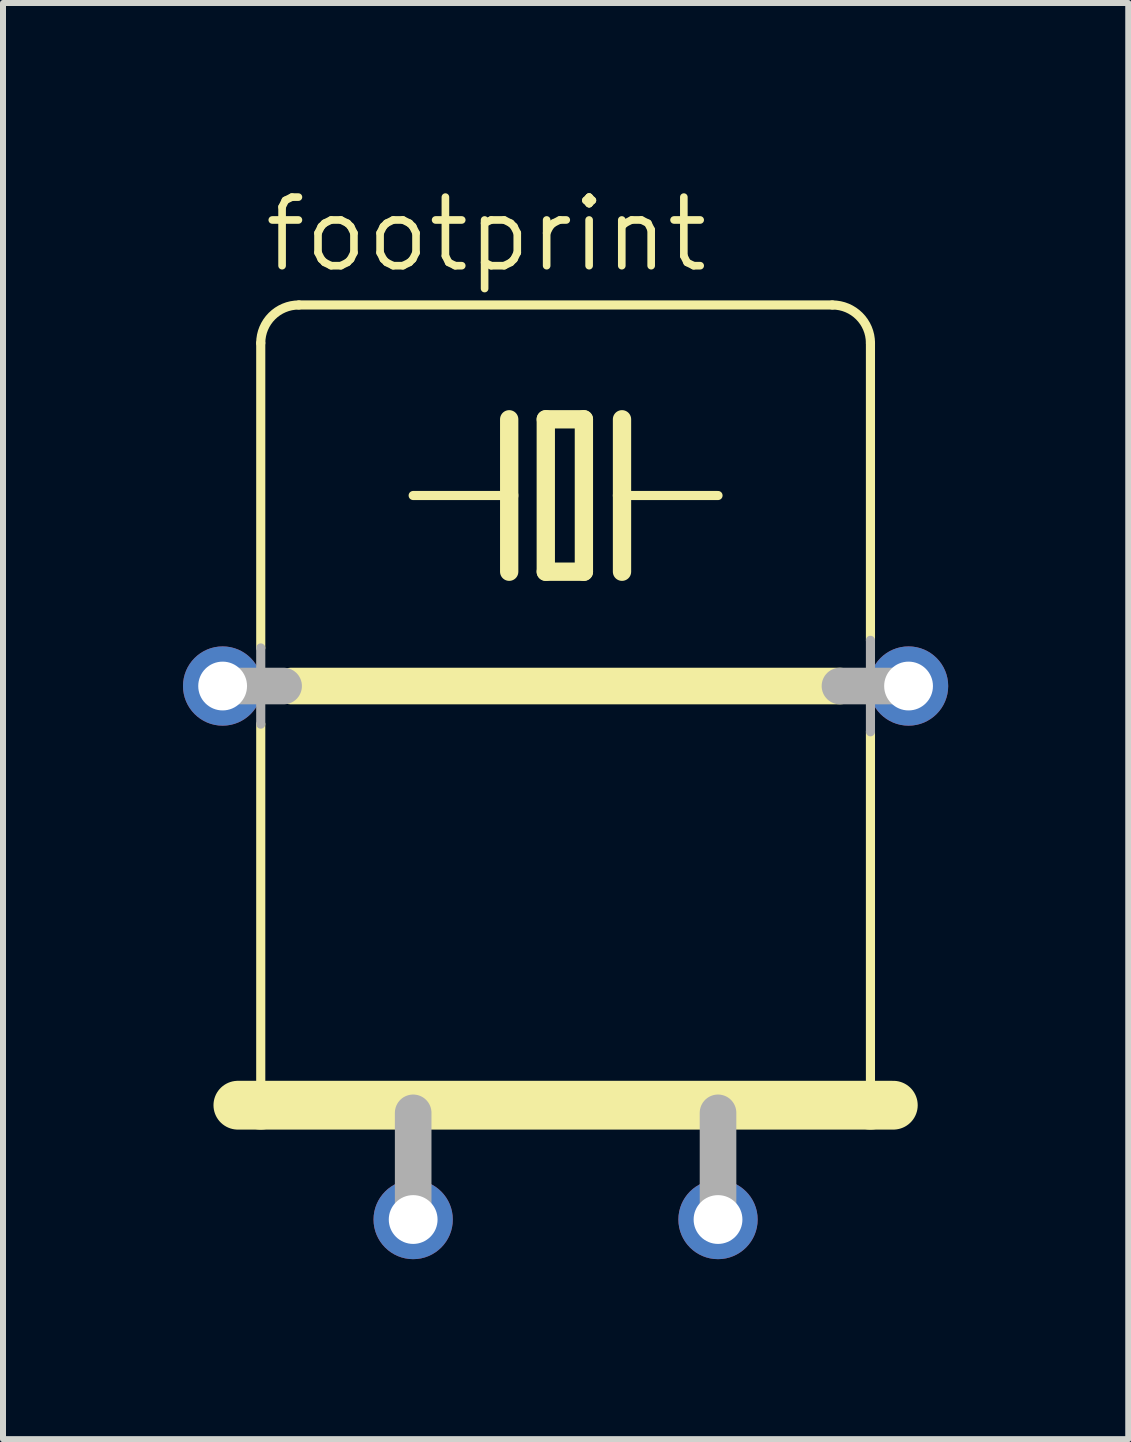
<source format=kicad_pcb>
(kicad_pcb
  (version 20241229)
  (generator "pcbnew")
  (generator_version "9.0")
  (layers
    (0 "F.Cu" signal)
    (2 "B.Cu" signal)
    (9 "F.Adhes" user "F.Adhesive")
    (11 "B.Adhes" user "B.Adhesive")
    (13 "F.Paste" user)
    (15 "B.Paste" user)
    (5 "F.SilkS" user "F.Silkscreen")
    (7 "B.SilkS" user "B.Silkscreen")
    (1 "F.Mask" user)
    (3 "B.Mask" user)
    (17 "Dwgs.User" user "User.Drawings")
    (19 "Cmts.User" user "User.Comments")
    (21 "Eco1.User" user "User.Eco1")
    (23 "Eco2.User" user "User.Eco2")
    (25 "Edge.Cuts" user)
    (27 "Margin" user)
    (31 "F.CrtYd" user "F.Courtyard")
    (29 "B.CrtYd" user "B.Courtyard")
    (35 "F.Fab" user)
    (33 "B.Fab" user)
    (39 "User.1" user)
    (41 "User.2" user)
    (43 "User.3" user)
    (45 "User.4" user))
  (footprint "footprint"
    (layer "F.Cu")
    (at 6.375 12.192)
    (property "Reference" "footprint" (at -5.08 -10.668 0) (layer "F.SilkS") (effects (font (size 1.143 1.143) (thickness 0.127)) (justify left bottom)))
    (fp_line (start -5.08 -4.445) (end -5.08 -9.525) (stroke (width 0.152) (type solid)) (layer "F.SilkS"))
    (fp_line (start -5.08 -3.175) (end -5.08 3.175) (stroke (width 0.152) (type solid)) (layer "F.SilkS"))
    (fp_line (start -5.08 3.175) (end -5.461 3.175) (stroke (width 0.813) (type solid)) (layer "F.SilkS"))
    (fp_line (start -4.572 -3.81) (end 4.572 -3.81) (stroke (width 0.61) (type solid)) (layer "F.SilkS"))
    (fp_line (start -0.94 -8.255) (end -0.94 -6.985) (stroke (width 0.305) (type solid)) (layer "F.SilkS"))
    (fp_line (start -0.94 -6.985) (end -2.54 -6.985) (stroke (width 0.152) (type solid)) (layer "F.SilkS"))
    (fp_line (start -0.94 -6.985) (end -0.94 -5.715) (stroke (width 0.305) (type solid)) (layer "F.SilkS"))
    (fp_line (start -0.33 -8.255) (end -0.33 -5.715) (stroke (width 0.305) (type solid)) (layer "F.SilkS"))
    (fp_line (start -0.33 -5.715) (end 0.305 -5.715) (stroke (width 0.305) (type solid)) (layer "F.SilkS"))
    (fp_line (start 0.305 -8.255) (end -0.33 -8.255) (stroke (width 0.305) (type solid)) (layer "F.SilkS"))
    (fp_line (start 0.305 -5.715) (end 0.305 -8.255) (stroke (width 0.305) (type solid)) (layer "F.SilkS"))
    (fp_line (start 0.94 -8.255) (end 0.94 -6.985) (stroke (width 0.305) (type solid)) (layer "F.SilkS"))
    (fp_line (start 0.94 -6.985) (end 0.94 -5.715) (stroke (width 0.305) (type solid)) (layer "F.SilkS"))
    (fp_line (start 0.94 -6.985) (end 2.54 -6.985) (stroke (width 0.152) (type solid)) (layer "F.SilkS"))
    (fp_line (start 4.445 -10.16) (end -4.445 -10.16) (stroke (width 0.152) (type solid)) (layer "F.SilkS"))
    (fp_line (start 5.08 -4.572) (end 5.08 -9.525) (stroke (width 0.152) (type solid)) (layer "F.SilkS"))
    (fp_line (start 5.08 -3.048) (end 5.08 3.175) (stroke (width 0.152) (type solid)) (layer "F.SilkS"))
    (fp_line (start 5.08 3.175) (end -5.08 3.175) (stroke (width 0.813) (type solid)) (layer "F.SilkS"))
    (fp_line (start 5.461 3.175) (end 5.08 3.175) (stroke (width 0.813) (type solid)) (layer "F.SilkS"))
    (fp_arc (start -5.08 -9.525) (mid -4.894013 -9.974013) (end -4.445 -10.16) (stroke (width 0.1524) (type solid)) (layer "F.SilkS"))
    (fp_arc (start 4.445 -10.16) (mid 4.894013 -9.974013) (end 5.08 -9.525) (stroke (width 0.1524) (type solid)) (layer "F.SilkS"))
    (fp_line (start -5.08 -4.445) (end -5.08 -3.175) (stroke (width 0.152) (type solid)) (layer "F.Fab"))
    (fp_line (start -4.699 -3.81) (end -5.715 -3.81) (stroke (width 0.61) (type solid)) (layer "F.Fab"))
    (fp_line (start -2.54 3.302) (end -2.54 5.08) (stroke (width 0.61) (type solid)) (layer "F.Fab"))
    (fp_line (start 2.54 3.302) (end 2.54 5.08) (stroke (width 0.61) (type solid)) (layer "F.Fab"))
    (fp_line (start 4.572 -3.81) (end 5.08 -3.81) (stroke (width 0.61) (type solid)) (layer "F.Fab"))
    (fp_line (start 5.08 -3.81) (end 5.08 -4.572) (stroke (width 0.152) (type solid)) (layer "F.Fab"))
    (fp_line (start 5.08 -3.81) (end 5.08 -3.048) (stroke (width 0.152) (type solid)) (layer "F.Fab"))
    (fp_line (start 5.08 -3.81) (end 5.715 -3.81) (stroke (width 0.61) (type solid)) (layer "F.Fab"))
    (pad "1" thru_hole circle (at -2.54 5.08) (size 1.321 1.321) (drill 0.813) (layers "*.Cu" "*.Mask"))
    (pad "2" thru_hole circle (at 2.54 5.08) (size 1.321 1.321) (drill 0.813) (layers "*.Cu" "*.Mask"))
    (pad "M" thru_hole circle (at -5.715 -3.81) (size 1.321 1.321) (drill 0.813) (layers "*.Cu" "*.Mask"))
    (pad "M1" thru_hole circle (at 5.715 -3.81) (size 1.321 1.321) (drill 0.813) (layers "*.Cu" "*.Mask"))
    (zone (net_name "") (layers "F.Cu" "B.Cu") (hatch edge 0.508) (connect_pads) (min_thickness 0.254) (filled_areas_thickness no) (keepout (tracks allowed) (vias not_allowed) (pads allowed) (copperpour allowed) (footprints allowed)) (placement (enabled no)) (fill) (polygon (pts (xy 0.025 17.272) (xy 12.725 17.272) (xy 12.725 1.397) (xy 0.025 1.397)))))
  (gr_rect
    (start -3 -3)
    (end 15.751 20.932)
    (stroke (width 0.1) (type default))
    (fill no)
    (layer "Edge.Cuts")))
</source>
